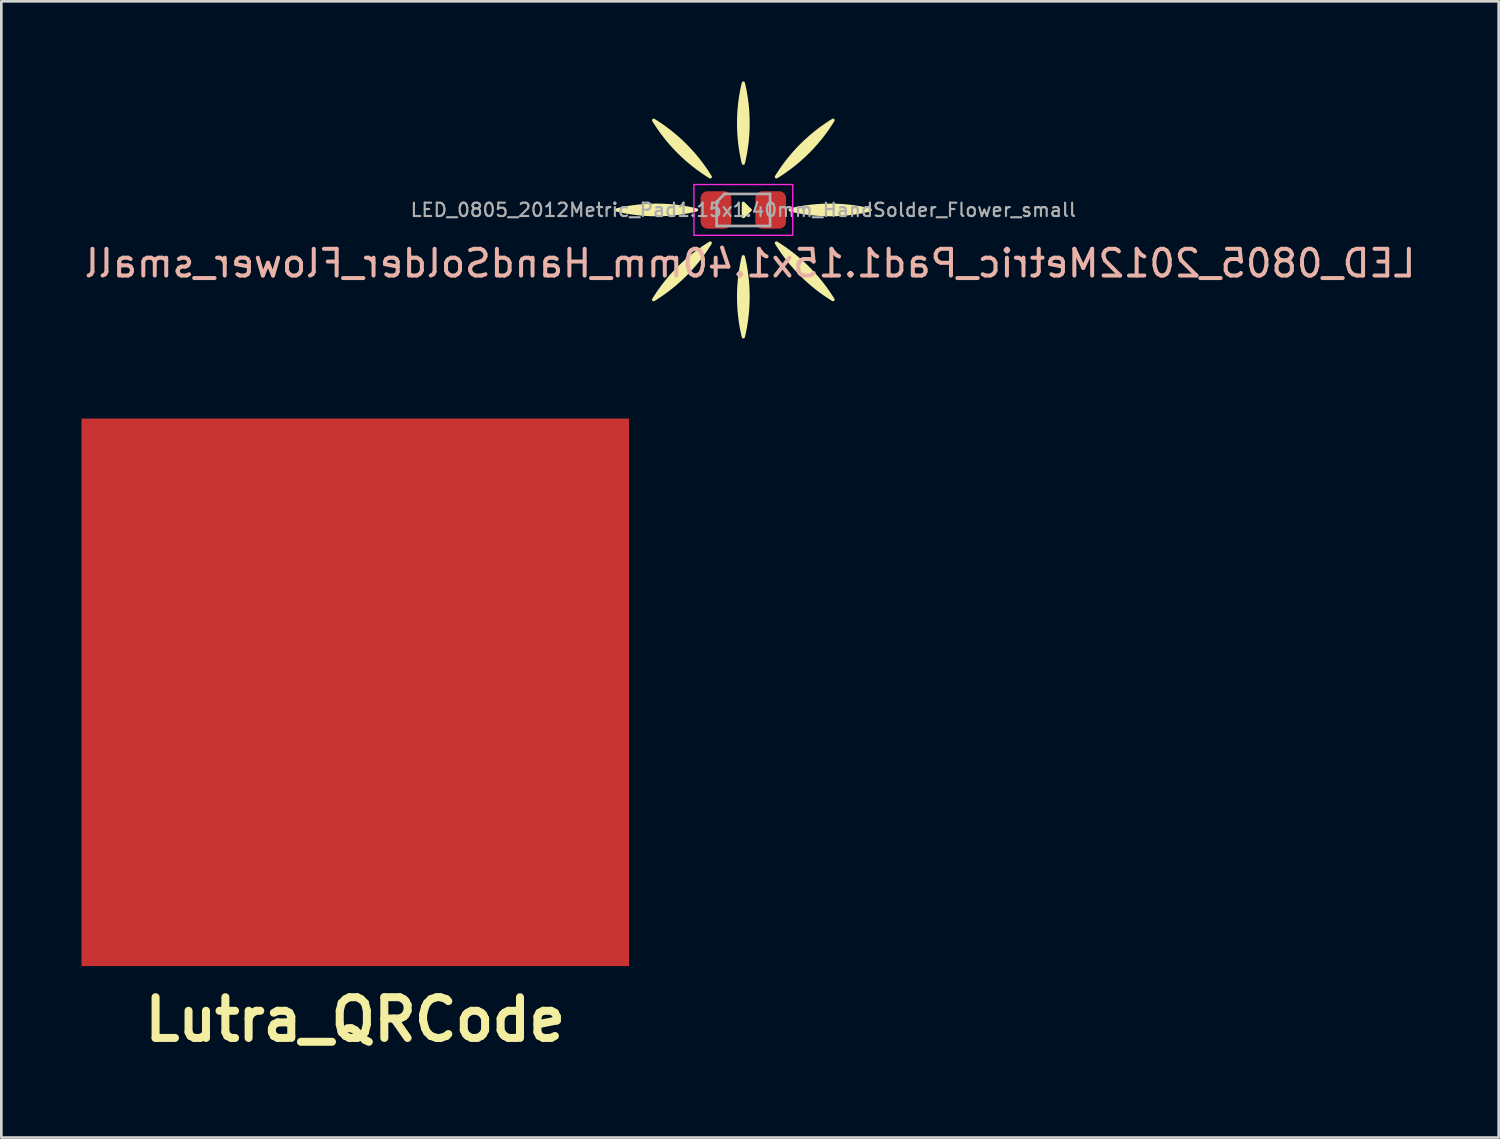
<source format=kicad_pcb>
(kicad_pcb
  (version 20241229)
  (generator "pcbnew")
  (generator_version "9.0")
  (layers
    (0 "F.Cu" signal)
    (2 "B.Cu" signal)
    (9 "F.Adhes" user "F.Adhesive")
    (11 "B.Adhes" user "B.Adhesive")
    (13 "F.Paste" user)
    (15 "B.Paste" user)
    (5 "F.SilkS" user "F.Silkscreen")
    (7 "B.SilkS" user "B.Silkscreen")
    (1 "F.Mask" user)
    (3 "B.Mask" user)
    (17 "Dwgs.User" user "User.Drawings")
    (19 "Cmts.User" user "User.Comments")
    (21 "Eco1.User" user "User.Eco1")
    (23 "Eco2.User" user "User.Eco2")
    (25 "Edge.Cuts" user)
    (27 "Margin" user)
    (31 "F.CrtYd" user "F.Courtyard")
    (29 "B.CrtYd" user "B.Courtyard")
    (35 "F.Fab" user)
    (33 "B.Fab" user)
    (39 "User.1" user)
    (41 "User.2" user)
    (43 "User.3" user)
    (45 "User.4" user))
  (footprint "Lutra_QRCode"
    (layer "F.Cu")
    (at 10.25 22.87)
    (property "Reference" "Lutra_QRCode" (at 0 12.25 0) (layer "F.SilkS") (effects (font (size 1.524 1.524) (thickness 0.3))))
    (attr board_only exclude_from_pos_files exclude_from_bom)
    (fp_poly (pts (xy -8.621 -1.001) (xy -9.313 -1.001) (xy -9.313 -2.386) (xy -8.621 -2.386)) (stroke (width 0) (type solid)) (fill yes) (layer "F.Mask"))
    (fp_poly (pts (xy -8.621 2.463) (xy -9.313 2.463) (xy -9.313 1.77) (xy -8.621 1.77)) (stroke (width 0) (type solid)) (fill yes) (layer "F.Mask"))
    (fp_poly (pts (xy -7.235 -1.001) (xy -7.928 -1.001) (xy -7.928 -1.693) (xy -7.235 -1.693)) (stroke (width 0) (type solid)) (fill yes) (layer "F.Mask"))
    (fp_poly (pts (xy -6.542 -6.542) (xy -8.621 -6.542) (xy -8.621 -8.621) (xy -6.542 -8.621)) (stroke (width 0) (type solid)) (fill yes) (layer "F.Mask"))
    (fp_poly (pts (xy -6.542 8.698) (xy -8.621 8.698) (xy -8.621 6.619) (xy -6.542 6.619)) (stroke (width 0) (type solid)) (fill yes) (layer "F.Mask"))
    (fp_poly (pts (xy -5.157 1.77) (xy -5.85 1.77) (xy -5.85 1.078) (xy -5.157 1.078)) (stroke (width 0) (type solid)) (fill yes) (layer "F.Mask"))
    (fp_poly (pts (xy -4.464 -0.308) (xy -5.157 -0.308) (xy -5.157 -1.001) (xy -4.464 -1.001)) (stroke (width 0) (type solid)) (fill yes) (layer "F.Mask"))
    (fp_poly (pts (xy -3.772 10.083) (xy -4.464 10.083) (xy -4.464 9.39) (xy -3.772 9.39)) (stroke (width 0) (type solid)) (fill yes) (layer "F.Mask"))
    (fp_poly (pts (xy -3.079 9.39) (xy -3.772 9.39) (xy -3.772 8.698) (xy -3.079 8.698)) (stroke (width 0) (type solid)) (fill yes) (layer "F.Mask"))
    (fp_poly (pts (xy -1.001 -4.464) (xy -1.693 -4.464) (xy -1.693 -5.85) (xy -1.001 -5.85)) (stroke (width 0) (type solid)) (fill yes) (layer "F.Mask"))
    (fp_poly (pts (xy -0.308 3.848) (xy -1.001 3.848) (xy -1.001 3.156) (xy -0.308 3.156)) (stroke (width 0) (type solid)) (fill yes) (layer "F.Mask"))
    (fp_poly (pts (xy 0.385 2.463) (xy -1.001 2.463) (xy -1.001 1.77) (xy 0.385 1.77)) (stroke (width 0) (type solid)) (fill yes) (layer "F.Mask"))
    (fp_poly (pts (xy 1.078 1.078) (xy 0.385 1.078) (xy 0.385 0.385) (xy 1.078 0.385)) (stroke (width 0) (type solid)) (fill yes) (layer "F.Mask"))
    (fp_poly (pts (xy 1.078 3.156) (xy 0.385 3.156) (xy 0.385 2.463) (xy 1.078 2.463)) (stroke (width 0) (type solid)) (fill yes) (layer "F.Mask"))
    (fp_poly (pts (xy 2.463 1.77) (xy 1.078 1.77) (xy 1.078 1.078) (xy 2.463 1.078)) (stroke (width 0) (type solid)) (fill yes) (layer "F.Mask"))
    (fp_poly (pts (xy 2.463 3.156) (xy 1.77 3.156) (xy 1.77 2.463) (xy 2.463 2.463)) (stroke (width 0) (type solid)) (fill yes) (layer "F.Mask"))
    (fp_poly (pts (xy 2.463 4.541) (xy 1.77 4.541) (xy 1.77 3.848) (xy 2.463 3.848)) (stroke (width 0) (type solid)) (fill yes) (layer "F.Mask"))
    (fp_poly (pts (xy 3.156 -7.928) (xy 2.463 -7.928) (xy 2.463 -8.621) (xy 3.156 -8.621)) (stroke (width 0) (type solid)) (fill yes) (layer "F.Mask"))
    (fp_poly (pts (xy 4.541 -7.928) (xy 3.848 -7.928) (xy 3.848 -9.313) (xy 4.541 -9.313)) (stroke (width 0) (type solid)) (fill yes) (layer "F.Mask"))
    (fp_poly (pts (xy 4.541 -6.542) (xy 3.156 -6.542) (xy 3.156 -7.235) (xy 4.541 -7.235)) (stroke (width 0) (type solid)) (fill yes) (layer "F.Mask"))
    (fp_poly (pts (xy 4.541 -4.464) (xy 3.848 -4.464) (xy 3.848 -5.85) (xy 4.541 -5.85)) (stroke (width 0) (type solid)) (fill yes) (layer "F.Mask"))
    (fp_poly (pts (xy 5.927 -3.772) (xy 4.541 -3.772) (xy 4.541 -4.464) (xy 5.927 -4.464)) (stroke (width 0) (type solid)) (fill yes) (layer "F.Mask"))
    (fp_poly (pts (xy 5.927 -2.386) (xy 5.234 -2.386) (xy 5.234 -3.079) (xy 5.927 -3.079)) (stroke (width 0) (type solid)) (fill yes) (layer "F.Mask"))
    (fp_poly (pts (xy 5.927 5.927) (xy 5.234 5.927) (xy 5.234 5.234) (xy 5.927 5.234)) (stroke (width 0) (type solid)) (fill yes) (layer "F.Mask"))
    (fp_poly (pts (xy 6.619 10.083) (xy 5.234 10.083) (xy 5.234 9.39) (xy 6.619 9.39)) (stroke (width 0) (type solid)) (fill yes) (layer "F.Mask"))
    (fp_poly (pts (xy 7.312 -3.079) (xy 5.927 -3.079) (xy 5.927 -3.772) (xy 7.312 -3.772)) (stroke (width 0) (type solid)) (fill yes) (layer "F.Mask"))
    (fp_poly (pts (xy 8.005 -1.693) (xy 7.312 -1.693) (xy 7.312 -2.386) (xy 8.005 -2.386)) (stroke (width 0) (type solid)) (fill yes) (layer "F.Mask"))
    (fp_poly (pts (xy 8.698 -6.542) (xy 6.619 -6.542) (xy 6.619 -8.621) (xy 8.698 -8.621)) (stroke (width 0) (type solid)) (fill yes) (layer "F.Mask"))
    (fp_poly (pts (xy 10.006 1.078) (xy 9.39 1.078) (xy 9.39 0.385) (xy 10.006 0.385)) (stroke (width 0) (type solid)) (fill yes) (layer "F.Mask"))
    (fp_poly (pts (xy 10.006 4.541) (xy 8.005 4.541) (xy 8.005 3.848) (xy 10.006 3.848)) (stroke (width 0) (type solid)) (fill yes) (layer "F.Mask"))
    (fp_poly (pts (xy 10.006 6.619) (xy 9.39 6.619) (xy 9.39 5.927) (xy 10.006 5.927)) (stroke (width 0) (type solid)) (fill yes) (layer "F.Mask"))
    (fp_poly (pts (xy 10.006 9.39) (xy 9.39 9.39) (xy 9.39 8.698) (xy 10.006 8.698)) (stroke (width 0) (type solid)) (fill yes) (layer "F.Mask"))
    (fp_poly (pts (xy -9.313 -3.772) (xy -8.621 -3.772) (xy -8.621 -3.079) (xy -10.006 -3.079) (xy -10.006 -4.464) (xy -9.313 -4.464)) (stroke (width 0) (type solid)) (fill yes) (layer "F.Mask"))
    (fp_poly (pts (xy 1.078 4.541) (xy 0.385 4.541) (xy 0.385 5.234) (xy -0.308 5.234) (xy -0.308 3.848) (xy 1.078 3.848)) (stroke (width 0) (type solid)) (fill yes) (layer "F.Mask"))
    (fp_poly (pts (xy 7.312 -4.464) (xy 9.39 -4.464) (xy 9.39 -3.079) (xy 8.005 -3.079) (xy 8.005 -3.772) (xy 7.312 -3.772)) (stroke (width 0) (type solid)) (fill yes) (layer "F.Mask"))
    (fp_poly (pts (xy 10.006 -0.308) (xy 8.698 -0.308) (xy 8.698 -1.001) (xy 9.39 -1.001) (xy 9.39 -1.693) (xy 10.006 -1.693)) (stroke (width 0) (type solid)) (fill yes) (layer "F.Mask"))
    (fp_poly (pts (xy -8.621 0.385) (xy -7.928 0.385) (xy -7.928 1.078) (xy -10.006 1.078) (xy -10.006 0.385) (xy -9.313 0.385) (xy -9.313 -0.308) (xy -8.621 -0.308)) (stroke (width 0) (type solid)) (fill yes) (layer "F.Mask"))
    (fp_poly (pts (xy 1.77 -1.001) (xy 3.848 -1.001) (xy 3.848 -0.308) (xy 1.078 -0.308) (xy 1.078 -1.001) (xy 0.385 -1.001) (xy 0.385 -1.693) (xy 1.77 -1.693)) (stroke (width 0) (type solid)) (fill yes) (layer "F.Mask"))
    (fp_poly (pts (xy 3.848 -3.079) (xy 3.156 -3.079) (xy 3.156 -2.386) (xy 2.463 -2.386) (xy 2.463 -3.772) (xy 3.156 -3.772) (xy 3.156 -4.464) (xy 3.848 -4.464)) (stroke (width 0) (type solid)) (fill yes) (layer "F.Mask"))
    (fp_poly (pts (xy 4.541 -1.001) (xy 3.848 -1.001) (xy 3.848 -1.693) (xy 3.156 -1.693) (xy 3.156 -2.386) (xy 3.848 -2.386) (xy 3.848 -3.079) (xy 4.541 -3.079)) (stroke (width 0) (type solid)) (fill yes) (layer "F.Mask"))
    (fp_poly (pts (xy 2.463 0.385) (xy 3.848 0.385) (xy 3.848 1.77) (xy 4.541 1.77) (xy 4.541 2.463) (xy 3.848 2.463) (xy 3.848 3.156) (xy 3.156 3.156) (xy 3.156 1.078) (xy 2.463 1.078)) (stroke (width 0) (type solid)) (fill yes) (layer "F.Mask"))
    (fp_poly (pts (xy -5.157 -5.157) (xy -10.006 -5.157) (xy -10.006 -5.85) (xy -9.313 -5.85) (xy -5.85 -5.85) (xy -5.85 -9.313) (xy -9.313 -9.313) (xy -9.313 -5.85) (xy -10.006 -5.85) (xy -10.006 -10.006) (xy -5.157 -10.006)) (stroke (width 0) (type solid)) (fill yes) (layer "F.Mask"))
    (fp_poly (pts (xy -5.157 10.083) (xy -10.006 10.083) (xy -10.006 9.39) (xy -9.313 9.39) (xy -5.85 9.39) (xy -5.85 5.927) (xy -9.313 5.927) (xy -9.313 9.39) (xy -10.006 9.39) (xy -10.006 5.234) (xy -5.157 5.234)) (stroke (width 0) (type solid)) (fill yes) (layer "F.Mask"))
    (fp_poly (pts (xy 10.006 -5.157) (xy 5.234 -5.157) (xy 5.234 -5.85) (xy 5.927 -5.85) (xy 9.39 -5.85) (xy 9.39 -9.313) (xy 5.927 -9.313) (xy 5.927 -5.85) (xy 5.234 -5.85) (xy 5.234 -10.006) (xy 10.006 -10.006)) (stroke (width 0) (type solid)) (fill yes) (layer "F.Mask"))
    (fp_poly (pts (xy -7.235 3.848) (xy -6.542 3.848) (xy -6.542 4.541) (xy -7.928 4.541) (xy -7.928 3.848) (xy -8.621 3.848) (xy -8.621 4.541) (xy -9.313 4.541) (xy -9.313 3.156) (xy -7.928 3.156) (xy -7.928 2.463) (xy -7.235 2.463)) (stroke (width 0) (type solid)) (fill yes) (layer "F.Mask"))
    (fp_poly (pts (xy 7.312 -1.001) (xy 7.312 -0.308) (xy 8.698 -0.308) (xy 8.698 1.77) (xy 10.006 1.77) (xy 10.006 3.156) (xy 9.39 3.156) (xy 9.39 2.463) (xy 8.005 2.463) (xy 8.005 3.156) (xy 6.619 3.156) (xy 6.619 2.463) (xy 7.312 2.463) (xy 8.005 2.463) (xy 8.005 1.77) (xy 7.312 1.77) (xy 7.312 2.463) (xy 6.619 2.463) (xy 5.234 2.463) (xy 5.234 1.77) (xy 5.927 1.77) (xy 6.619 1.77) (xy 7.312 1.77) (xy 7.312 1.078) (xy 8.005 1.078) (xy 8.005 0.385) (xy 7.312 0.385) (xy 7.312 1.078) (xy 6.619 1.078) (xy 6.619 1.77) (xy 5.927 1.77) (xy 5.927 1.078) (xy 4.541 1.078) (xy 4.541 0.385) (xy 5.927 0.385) (xy 6.619 0.385) (xy 6.619 -1.001) (xy 5.927 -1.001) (xy 5.927 0.385) (xy 4.541 0.385) (xy 4.541 -0.308) (xy 5.234 -0.308) (xy 5.234 -1.693) (xy 5.927 -1.693) (xy 5.927 -2.386) (xy 6.619 -2.386) (xy 6.619 -1.001)) (stroke (width 0) (type solid)) (fill yes) (layer "F.Mask"))
    (fp_poly (pts (xy 6.619 8.698) (xy 3.156 8.698) (xy 3.156 9.39) (xy 2.463 9.39) (xy 2.463 10.083) (xy 1.77 10.083) (xy 1.77 9.39) (xy 2.463 9.39) (xy 2.463 8.698) (xy 1.77 8.698) (xy 1.77 9.39) (xy 1.078 9.39) (xy 1.078 10.083) (xy 0.385 10.083) (xy 0.385 9.39) (xy 1.078 9.39) (xy 1.078 8.698) (xy 0.385 8.698) (xy 0.385 9.39) (xy -1.001 9.39) (xy -1.001 8.698) (xy -0.308 8.698) (xy -0.308 8.005) (xy -1.693 8.005) (xy -1.693 8.698) (xy -3.079 8.698) (xy -3.079 8.005) (xy -3.772 8.005) (xy -3.772 7.312) (xy -3.079 7.312) (xy -2.386 7.312) (xy -2.386 8.005) (xy -1.693 8.005) (xy -1.693 6.619) (xy -2.386 6.619) (xy -2.386 5.927) (xy -1.693 5.927) (xy -1.693 5.234) (xy -3.079 5.234) (xy -3.079 7.312) (xy -3.772 7.312) (xy -3.772 5.234) (xy -3.079 5.234) (xy -3.079 3.848) (xy -2.386 3.848) (xy -2.386 3.156) (xy -1.693 3.156) (xy -1.693 4.541) (xy -1.001 4.541) (xy -1.001 5.927) (xy -1.693 5.927) (xy -1.693 6.619) (xy -0.308 6.619) (xy -0.308 5.927) (xy 1.77 5.927) (xy 1.77 7.312) (xy 1.078 7.312) (xy 1.078 6.619) (xy 0.385 6.619) (xy 0.385 8.005) (xy 3.156 8.005) (xy 5.234 8.005) (xy 7.312 8.005) (xy 7.312 7.312) (xy 5.234 7.312) (xy 5.234 8.005) (xy 3.156 8.005) (xy 3.156 6.619) (xy 4.541 6.619) (xy 6.619 6.619) (xy 6.619 4.541) (xy 4.541 4.541) (xy 4.541 6.619) (xy 3.156 6.619) (xy 2.463 6.619) (xy 2.463 5.927) (xy 3.156 5.927) (xy 3.156 5.234) (xy 3.848 5.234) (xy 3.848 3.156) (xy 4.541 3.156) (xy 4.541 3.848) (xy 5.234 3.848) (xy 5.234 3.156) (xy 5.927 3.156) (xy 5.927 3.848) (xy 7.312 3.848) (xy 7.312 4.541) (xy 8.005 4.541) (xy 8.005 5.234) (xy 8.698 5.234) (xy 8.698 5.927) (xy 7.312 5.927) (xy 7.312 6.619) (xy 8.005 6.619) (xy 8.005 7.312) (xy 9.39 7.312) (xy 9.39 8.698) (xy 8.698 8.698) (xy 8.698 10.083) (xy 8.005 10.083) (xy 8.005 9.39) (xy 6.619 9.39)) (stroke (width 0) (type solid)) (fill yes) (layer "F.Mask"))
    (fp_poly (pts (xy 3.156 -6.542) (xy 3.156 -4.464) (xy 2.463 -4.464) (xy 2.463 -3.772) (xy 1.77 -3.772) (xy 1.77 -2.386) (xy -0.308 -2.386) (xy -0.308 -1.001) (xy -1.001 -1.001) (xy -1.001 0.385) (xy -1.693 0.385) (xy -1.693 1.77) (xy -3.772 1.77) (xy -3.772 5.234) (xy -4.464 5.234) (xy -4.464 4.541) (xy -5.85 4.541) (xy -5.85 3.848) (xy -5.157 3.848) (xy -5.157 3.156) (xy -5.85 3.156) (xy -5.85 3.848) (xy -6.542 3.848) (xy -6.542 3.156) (xy -5.85 3.156) (xy -5.85 2.463) (xy -6.542 2.463) (xy -6.542 1.77) (xy -5.85 1.77) (xy -5.85 2.463) (xy -4.464 2.463) (xy -4.464 1.078) (xy -3.772 1.078) (xy -2.386 1.078) (xy -2.386 0.385) (xy -1.693 0.385) (xy -1.693 -0.308) (xy -2.386 -0.308) (xy -2.386 0.385) (xy -3.772 0.385) (xy -3.772 1.078) (xy -4.464 1.078) (xy -4.464 0.385) (xy -3.772 0.385) (xy -3.772 -1.001) (xy -4.464 -1.001) (xy -4.464 -1.693) (xy -3.079 -1.693) (xy -2.386 -1.693) (xy -1.001 -1.693) (xy -1.001 -2.386) (xy -2.386 -2.386) (xy -2.386 -1.693) (xy -3.079 -1.693) (xy -3.079 -3.079) (xy -3.772 -3.079) (xy -3.772 -3.772) (xy -4.464 -3.772) (xy -4.464 -2.386) (xy -5.85 -2.386) (xy -5.85 -1.693) (xy -5.157 -1.693) (xy -5.157 -1.001) (xy -5.85 -1.001) (xy -5.85 -0.308) (xy -5.157 -0.308) (xy -5.157 0.385) (xy -6.542 0.385) (xy -6.542 1.77) (xy -7.235 1.77) (xy -7.235 -0.308) (xy -6.542 -0.308) (xy -6.542 -2.386) (xy -5.85 -2.386) (xy -5.85 -3.079) (xy -5.157 -3.079) (xy -5.157 -3.772) (xy -5.85 -3.772) (xy -5.85 -3.079) (xy -6.542 -3.079) (xy -6.542 -2.386) (xy -7.928 -2.386) (xy -7.928 -3.079) (xy -6.542 -3.079) (xy -6.542 -3.772) (xy -5.85 -3.772) (xy -5.85 -4.464) (xy -5.157 -4.464) (xy -5.157 -3.772) (xy -4.464 -3.772) (xy -4.464 -4.464) (xy -3.079 -4.464) (xy -2.386 -4.464) (xy -2.386 -3.079) (xy -1.001 -3.079) (xy -1.001 -3.772) (xy -0.308 -3.772) (xy -0.308 -3.079) (xy 1.078 -3.079) (xy 1.078 -4.464) (xy 1.77 -4.464) (xy 2.463 -4.464) (xy 2.463 -5.85) (xy 1.77 -5.85) (xy 1.77 -4.464) (xy 1.078 -4.464) (xy -0.308 -4.464) (xy -0.308 -5.157) (xy 0.385 -5.157) (xy 1.078 -5.157) (xy 1.078 -5.85) (xy 1.77 -5.85) (xy 1.77 -6.542) (xy 1.078 -6.542) (xy 1.078 -5.85) (xy 0.385 -5.85) (xy 0.385 -5.157) (xy -0.308 -5.157) (xy -0.308 -5.85) (xy 0.385 -5.85) (xy 0.385 -7.235) (xy 1.078 -7.235) (xy 1.078 -7.928) (xy 0.385 -7.928) (xy 0.385 -8.621) (xy 1.078 -8.621) (xy 1.078 -9.313) (xy 0.385 -9.313) (xy 0.385 -8.621) (xy -0.308 -8.621) (xy -0.308 -7.928) (xy -1.001 -7.928) (xy -1.001 -6.542) (xy -1.693 -6.542) (xy -1.693 -7.235) (xy -2.386 -7.235) (xy -2.386 -5.157) (xy -3.079 -5.157) (xy -3.079 -4.464) (xy -4.464 -4.464) (xy -4.464 -5.85) (xy -3.772 -5.85) (xy -3.772 -5.157) (xy -3.079 -5.157) (xy -3.079 -6.542) (xy -3.772 -6.542) (xy -3.772 -7.235) (xy -3.079 -7.235) (xy -3.079 -7.928) (xy -2.386 -7.928) (xy -1.693 -7.928) (xy -1.693 -8.621) (xy -1.001 -8.621) (xy -1.001 -9.313) (xy -1.693 -9.313) (xy -1.693 -8.621) (xy -2.386 -8.621) (xy -2.386 -7.928) (xy -3.079 -7.928) (xy -3.079 -9.313) (xy -3.772 -9.313) (xy -3.772 -7.235) (xy -4.464 -7.235) (xy -4.464 -9.313) (xy -3.772 -9.313) (xy -3.772 -10.006) (xy -1.001 -10.006) (xy -1.001 -9.313) (xy 0.385 -9.313) (xy 0.385 -10.006) (xy 2.463 -10.006) (xy 2.463 -9.313) (xy 1.77 -9.313) (xy 1.77 -8.621) (xy 1.078 -8.621) (xy 1.078 -7.928) (xy 2.463 -7.928) (xy 2.463 -7.235) (xy 1.77 -7.235) (xy 1.77 -6.542)) (stroke (width 0) (type solid)) (fill yes) (layer "F.Mask"))
    (pad "1" smd rect (at 0 0) (size 20.5 20.5) (layers "F.Cu")))
  (footprint "LED_0805_2012Metric_Pad1.15x1.40mm_HandSolder_Flower_small"
    (layer "F.Cu")
    (at 24.78 4.81)
    (property "Reference" "LED_0805_2012Metric_Pad1.15x1.40mm_HandSolder_Flower_small" (at 0.25 2 0) (layer "B.SilkS") (effects (font (size 1 1) (thickness 0.15)) (justify mirror)))
    (attr smd)
    (fp_line (start 0 0) (end 0.25 0) (stroke (width 0.12) (type solid)) (layer "F.SilkS"))
    (fp_poly (pts (xy 0.25 0) (xy 0 0.25) (xy 0 -0.25)) (stroke (width 0.12) (type solid)) (fill yes) (layer "F.SilkS"))
    (fp_poly (pts (arc (start -1.75 0) (mid -3.25 -0.177421) (end -4.75 0)) (arc (start -4.75 0) (mid -3.25 0.17742) (end -1.75 0))) (stroke (width 0.12) (type solid)) (fill yes) (layer "F.SilkS"))
    (fp_poly (pts (arc (start -1.237437 -1.237437) (mid -2.172642 -2.423553) (end -3.358757 -3.358757)) (arc (start -3.358757 -3.358757) (mid -2.423552 -2.172642) (end -1.237437 -1.237437))) (stroke (width 0.12) (type solid)) (fill yes) (layer "F.SilkS"))
    (fp_poly (pts (arc (start -1.237437 1.237437) (mid -2.423553 2.172642) (end -3.358757 3.358757)) (arc (start -3.358757 3.358757) (mid -2.172642 2.423552) (end -1.237437 1.237437))) (stroke (width 0.12) (type solid)) (fill yes) (layer "F.SilkS"))
    (fp_poly (pts (arc (start 0 -1.75) (mid 0.177421 -3.25) (end 0 -4.75)) (arc (start 0 -4.75) (mid -0.17742 -3.25) (end 0 -1.75))) (stroke (width 0.12) (type solid)) (fill yes) (layer "F.SilkS"))
    (fp_poly (pts (arc (start 0 1.75) (mid -0.177421 3.25) (end 0 4.75)) (arc (start 0 4.75) (mid 0.17742 3.25) (end 0 1.75))) (stroke (width 0.12) (type solid)) (fill yes) (layer "F.SilkS"))
    (fp_poly (pts (arc (start 1.237437 -1.237437) (mid 2.423553 -2.172642) (end 3.358757 -3.358757)) (arc (start 3.358757 -3.358757) (mid 2.172642 -2.423552) (end 1.237437 -1.237437))) (stroke (width 0.12) (type solid)) (fill yes) (layer "F.SilkS"))
    (fp_poly (pts (arc (start 1.237437 1.237437) (mid 2.172642 2.423553) (end 3.358757 3.358757)) (arc (start 3.358757 3.358757) (mid 2.423552 2.172642) (end 1.237437 1.237437))) (stroke (width 0.12) (type solid)) (fill yes) (layer "F.SilkS"))
    (fp_poly (pts (arc (start 1.75 0) (mid 3.25 0.177421) (end 4.75 0)) (arc (start 4.75 0) (mid 3.25 -0.17742) (end 1.75 0))) (stroke (width 0.12) (type solid)) (fill yes) (layer "F.SilkS"))
    (fp_line (start -1.85 -0.95) (end 1.85 -0.95) (stroke (width 0.05) (type solid)) (layer "F.CrtYd"))
    (fp_line (start -1.85 0.95) (end -1.85 -0.95) (stroke (width 0.05) (type solid)) (layer "F.CrtYd"))
    (fp_line (start 1.85 -0.95) (end 1.85 0.95) (stroke (width 0.05) (type solid)) (layer "F.CrtYd"))
    (fp_line (start 1.85 0.95) (end -1.85 0.95) (stroke (width 0.05) (type solid)) (layer "F.CrtYd"))
    (fp_line (start -1 -0.3) (end -1 0.6) (stroke (width 0.1) (type solid)) (layer "F.Fab"))
    (fp_line (start -1 0.6) (end 1 0.6) (stroke (width 0.1) (type solid)) (layer "F.Fab"))
    (fp_line (start -0.7 -0.6) (end -1 -0.3) (stroke (width 0.1) (type solid)) (layer "F.Fab"))
    (fp_line (start 1 -0.6) (end -0.7 -0.6) (stroke (width 0.1) (type solid)) (layer "F.Fab"))
    (fp_line (start 1 0.6) (end 1 -0.6) (stroke (width 0.1) (type solid)) (layer "F.Fab"))
    (fp_text user "${REFERENCE}" (at 0 0 0) (layer "F.Fab") (effects (font (size 0.5 0.5) (thickness 0.08))))
    (pad "1" smd roundrect (at -1.025 0) (size 1.15 1.4) (layers "F.Cu" "F.Mask" "F.Paste") (roundrect_rratio 0.217))
    (pad "2" smd roundrect (at 1.025 0) (size 1.15 1.4) (layers "F.Cu" "F.Mask" "F.Paste") (roundrect_rratio 0.217)))
  (gr_rect
    (start -3 -3)
    (end 53.06 39.538)
    (stroke (width 0.1) (type default))
    (fill no)
    (layer "Edge.Cuts")))
</source>
